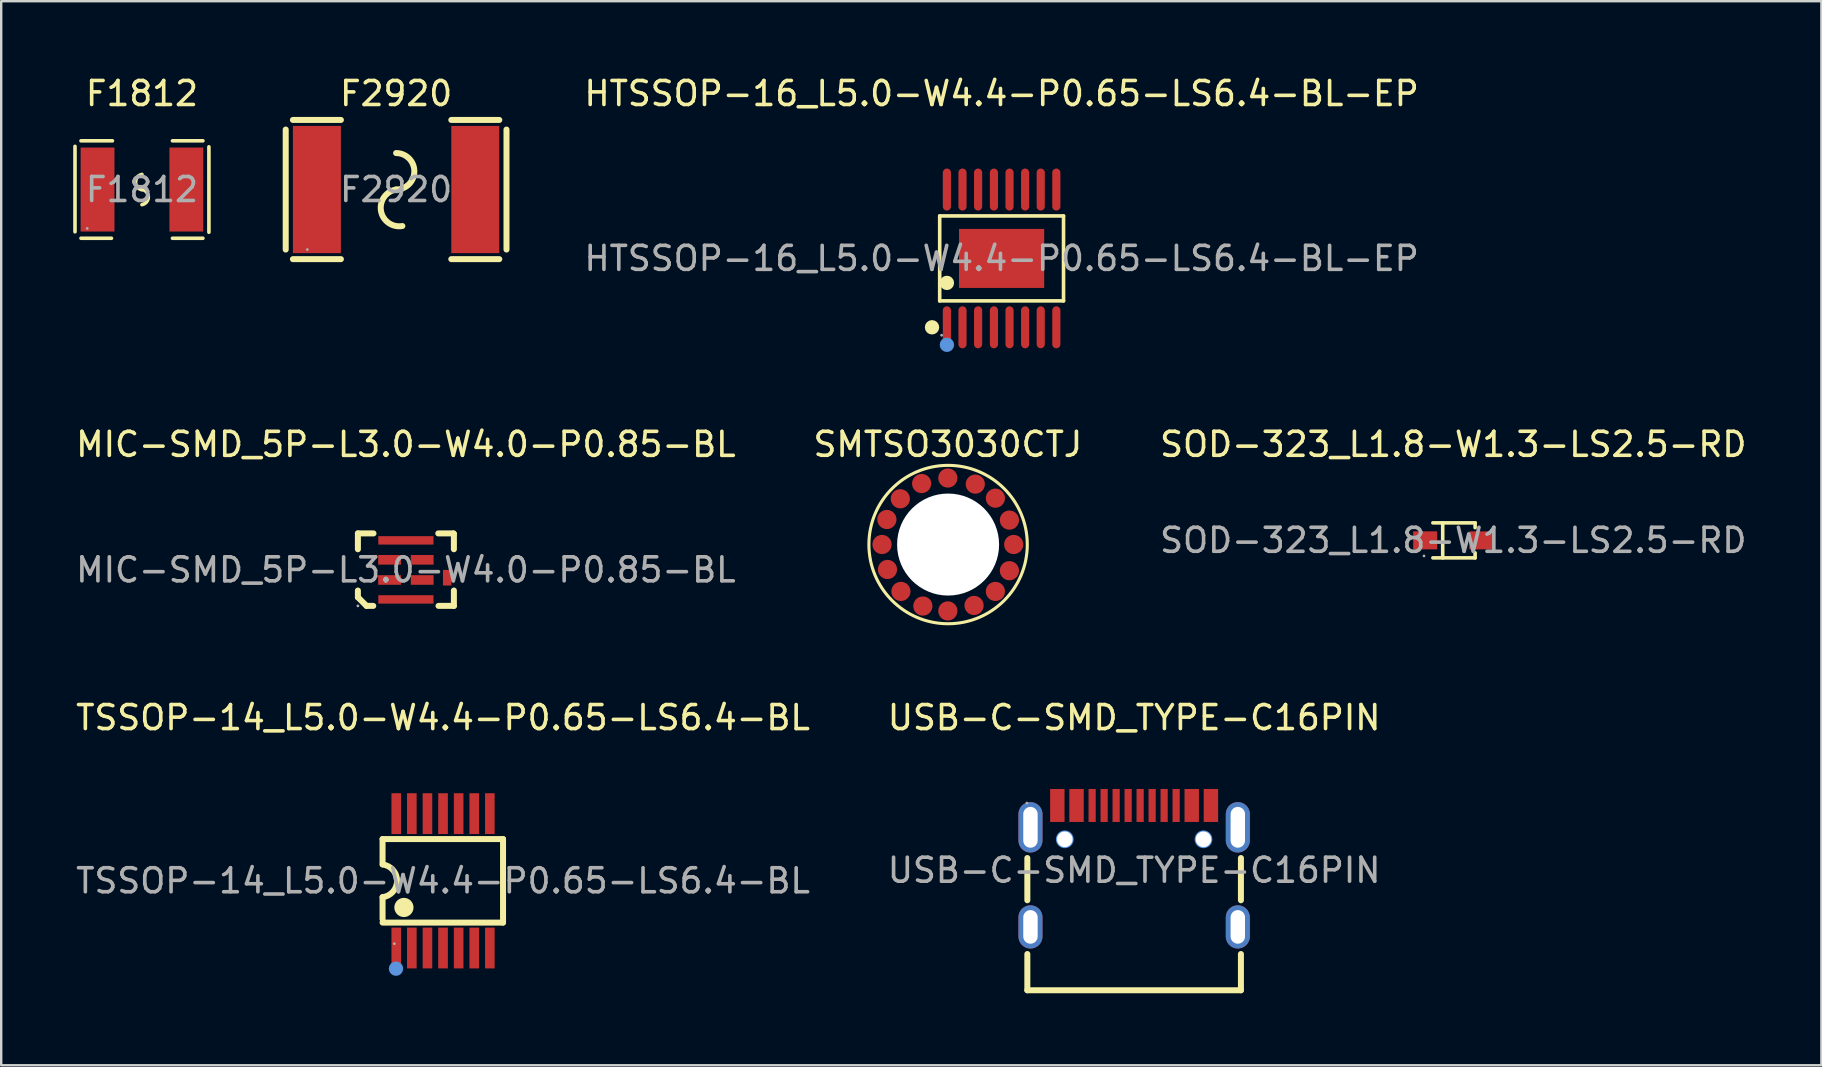
<source format=kicad_pcb>
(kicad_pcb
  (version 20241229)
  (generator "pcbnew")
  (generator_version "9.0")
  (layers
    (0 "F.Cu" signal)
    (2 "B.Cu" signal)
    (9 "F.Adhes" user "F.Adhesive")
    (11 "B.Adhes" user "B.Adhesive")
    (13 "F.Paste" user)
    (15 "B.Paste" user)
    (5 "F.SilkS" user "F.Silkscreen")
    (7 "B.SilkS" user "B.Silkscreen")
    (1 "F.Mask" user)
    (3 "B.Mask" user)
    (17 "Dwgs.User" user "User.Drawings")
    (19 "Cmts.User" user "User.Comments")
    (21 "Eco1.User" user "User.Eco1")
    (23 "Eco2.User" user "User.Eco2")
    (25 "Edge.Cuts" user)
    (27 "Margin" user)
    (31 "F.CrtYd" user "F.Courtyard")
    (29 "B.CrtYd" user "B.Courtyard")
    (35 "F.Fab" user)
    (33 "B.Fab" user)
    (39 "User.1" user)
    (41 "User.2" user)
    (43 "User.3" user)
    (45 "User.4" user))
  (footprint "SMTSO3030CTJ"
    (layer "F.Cu")
    (at 36.446 19.638)
    (property "Reference" "SMTSO3030CTJ" (at 0 -4.172 0) (layer "F.SilkS") (effects (font (size 1 1) (thickness 0.15))))
    (attr smd)
    (fp_circle (center 0.01 0.003) (end 3.31 0.003) (stroke (width 0.128) (type solid)) (fill no) (layer "F.SilkS"))
    (pad "" np_thru_hole circle (at 0.01 0.003) (size 4.25 4.25) (drill 4.25) (layers "*.Cu" "*.Mask"))
    (pad "1" smd circle (at -2.743 0) (size 0.8 0.8) (layers "F.Cu" "F.Mask" "F.Paste"))
    (pad "1" smd circle (at -2.54 -1.041) (size 0.8 0.8) (layers "F.Cu" "F.Mask" "F.Paste"))
    (pad "1" smd circle (at -2.515 1.041) (size 0.8 0.8) (layers "F.Cu" "F.Mask" "F.Paste"))
    (pad "1" smd circle (at -1.981 -1.905) (size 0.8 0.8) (layers "F.Cu" "F.Mask" "F.Paste"))
    (pad "1" smd circle (at -1.956 1.956) (size 0.8 0.8) (layers "F.Cu" "F.Mask" "F.Paste"))
    (pad "1" smd circle (at -1.092 -2.54) (size 0.8 0.8) (layers "F.Cu" "F.Mask" "F.Paste"))
    (pad "1" smd circle (at -1.041 2.565) (size 0.8 0.8) (layers "F.Cu" "F.Mask" "F.Paste"))
    (pad "1" smd circle (at 0 -2.769) (size 0.8 0.8) (layers "F.Cu" "F.Mask" "F.Paste"))
    (pad "1" smd circle (at 0 2.769) (size 0.8 0.8) (layers "F.Cu" "F.Mask" "F.Paste"))
    (pad "1" smd circle (at 1.092 2.54) (size 0.8 0.8) (layers "F.Cu" "F.Mask" "F.Paste"))
    (pad "1" smd circle (at 1.143 -2.515) (size 0.8 0.8) (layers "F.Cu" "F.Mask" "F.Paste"))
    (pad "1" smd circle (at 1.981 -1.93) (size 0.8 0.8) (layers "F.Cu" "F.Mask" "F.Paste"))
    (pad "1" smd circle (at 1.981 1.956) (size 0.8 0.8) (layers "F.Cu" "F.Mask" "F.Paste"))
    (pad "1" smd circle (at 2.565 -1.016) (size 0.8 0.8) (layers "F.Cu" "F.Mask" "F.Paste"))
    (pad "1" smd circle (at 2.565 1.092) (size 0.8 0.8) (layers "F.Cu" "F.Mask" "F.Paste"))
    (pad "1" smd circle (at 2.743 0) (size 0.8 0.8) (layers "F.Cu" "F.Mask" "F.Paste")))
  (footprint "F2920"
    (layer "F.Cu")
    (at 13.455 4.848)
    (property "Reference" "F2920" (at 0 -4 0) (layer "F.SilkS") (effects (font (size 1 1) (thickness 0.15))))
    (attr smd)
    (fp_line (start -4.6 -2.5) (end -4.6 2.5) (stroke (width 0.25) (type solid)) (layer "F.SilkS"))
    (fp_line (start -4.3 -2.9) (end -2.3 -2.9) (stroke (width 0.25) (type solid)) (layer "F.SilkS"))
    (fp_line (start -4.3 2.9) (end -2.3 2.9) (stroke (width 0.25) (type solid)) (layer "F.SilkS"))
    (fp_line (start 2.3 -2.9) (end 4.3 -2.9) (stroke (width 0.25) (type solid)) (layer "F.SilkS"))
    (fp_line (start 2.3 2.9) (end 4.3 2.9) (stroke (width 0.25) (type solid)) (layer "F.SilkS"))
    (fp_line (start 4.6 -2.5) (end 4.6 2.5) (stroke (width 0.25) (type solid)) (layer "F.SilkS"))
    (fp_arc (start 0 -1.52) (mid 0.76 -0.76) (end 0 0) (stroke (width 0.25) (type solid)) (layer "F.SilkS"))
    (fp_arc (start 0.26 1.52) (mid -0.63 0.89) (end 0 0) (stroke (width 0.25) (type solid)) (layer "F.SilkS"))
    (fp_circle (center -3.7 2.5) (end -3.67 2.5) (stroke (width 0.06) (type solid)) (fill no) (layer "F.Fab"))
    (fp_text user "${REFERENCE}" (at 0 0 0) (layer "F.Fab") (effects (font (size 1 1) (thickness 0.15))))
    (pad "1" smd rect (at -3.3 0) (size 2 5.3) (layers "F.Cu" "F.Mask" "F.Paste"))
    (pad "2" smd rect (at 3.3 0) (size 2 5.3) (layers "F.Cu" "F.Mask" "F.Paste")))
  (footprint "TSSOP-14_L5.0-W4.4-P0.65-LS6.4-BL"
    (layer "F.Cu")
    (at 15.411 33.653)
    (property "Reference" "TSSOP-14_L5.0-W4.4-P0.65-LS6.4-BL" (at 0 -6.8 0) (layer "F.SilkS") (effects (font (size 1 1) (thickness 0.15))))
    (attr smd)
    (fp_line (start -2.52 -1.74) (end 2.5 -1.74) (stroke (width 0.25) (type solid)) (layer "F.SilkS"))
    (fp_line (start -2.52 -0.69) (end -2.52 -1.74) (stroke (width 0.25) (type solid)) (layer "F.SilkS"))
    (fp_line (start -2.52 1.6) (end -2.52 0.68) (stroke (width 0.25) (type solid)) (layer "F.SilkS"))
    (fp_line (start -2.52 1.74) (end 2.5 1.74) (stroke (width 0.25) (type solid)) (layer "F.SilkS"))
    (fp_line (start 2.5 -1.74) (end 2.5 1.74) (stroke (width 0.25) (type solid)) (layer "F.SilkS"))
    (fp_arc (start -2.515488 -0.679454) (mid -1.915314 0.002272) (end -2.52 0.68) (stroke (width 0.25) (type solid)) (layer "F.SilkS"))
    (fp_circle (center -1.63 1.11) (end -1.43 1.11) (stroke (width 0.4) (type solid)) (fill no) (layer "F.SilkS"))
    (fp_circle (center -1.96 3.66) (end -1.81 3.66) (stroke (width 0.3) (type solid)) (fill no) (layer "Cmts.User"))
    (fp_circle (center -2.03 2.62) (end -2 2.62) (stroke (width 0.06) (type solid)) (fill no) (layer "F.Fab"))
    (fp_text user "${REFERENCE}" (at 0 0 0) (layer "F.Fab") (effects (font (size 1 1) (thickness 0.15))))
    (pad "1" smd rect (at -1.95 2.8) (size 0.4 1.7) (layers "F.Cu" "F.Mask" "F.Paste"))
    (pad "2" smd rect (at -1.3 2.8) (size 0.4 1.7) (layers "F.Cu" "F.Mask" "F.Paste"))
    (pad "3" smd rect (at -0.65 2.8) (size 0.4 1.7) (layers "F.Cu" "F.Mask" "F.Paste"))
    (pad "4" smd rect (at 0 2.8) (size 0.4 1.7) (layers "F.Cu" "F.Mask" "F.Paste"))
    (pad "5" smd rect (at 0.65 2.8) (size 0.4 1.7) (layers "F.Cu" "F.Mask" "F.Paste"))
    (pad "6" smd rect (at 1.3 2.8) (size 0.4 1.7) (layers "F.Cu" "F.Mask" "F.Paste"))
    (pad "7" smd rect (at 1.95 2.8) (size 0.4 1.7) (layers "F.Cu" "F.Mask" "F.Paste"))
    (pad "8" smd rect (at 1.95 -2.8) (size 0.4 1.7) (layers "F.Cu" "F.Mask" "F.Paste"))
    (pad "9" smd rect (at 1.3 -2.8) (size 0.4 1.7) (layers "F.Cu" "F.Mask" "F.Paste"))
    (pad "10" smd rect (at 0.65 -2.8) (size 0.4 1.7) (layers "F.Cu" "F.Mask" "F.Paste"))
    (pad "11" smd rect (at 0 -2.8) (size 0.4 1.7) (layers "F.Cu" "F.Mask" "F.Paste"))
    (pad "12" smd rect (at -0.65 -2.8) (size 0.4 1.7) (layers "F.Cu" "F.Mask" "F.Paste"))
    (pad "13" smd rect (at -1.3 -2.8) (size 0.4 1.7) (layers "F.Cu" "F.Mask" "F.Paste"))
    (pad "14" smd rect (at -1.95 -2.8) (size 0.4 1.7) (layers "F.Cu" "F.Mask" "F.Paste")))
  (footprint "USB-C-SMD_TYPE-C16PIN"
    (layer "F.Cu")
    (at 44.208 33.213)
    (property "Reference" "USB-C-SMD_TYPE-C16PIN" (at 0 -6.36 0) (layer "F.SilkS") (effects (font (size 1 1) (thickness 0.15))))
    (attr smd)
    (fp_line (start -4.45 -0.51) (end -4.45 1.25) (stroke (width 0.25) (type solid)) (layer "F.SilkS"))
    (fp_line (start -4.45 3.49) (end -4.45 5) (stroke (width 0.25) (type solid)) (layer "F.SilkS"))
    (fp_line (start -4.45 5) (end 4.45 5) (stroke (width 0.25) (type solid)) (layer "F.SilkS"))
    (fp_line (start 4.45 1.25) (end 4.45 -0.51) (stroke (width 0.25) (type solid)) (layer "F.SilkS"))
    (fp_line (start 4.45 5) (end 4.45 3.49) (stroke (width 0.25) (type solid)) (layer "F.SilkS"))
    (fp_circle (center -2.89 -1.29) (end -2.77 -1.29) (stroke (width 0.25) (type solid)) (fill no) (layer "Cmts.User"))
    (fp_circle (center 2.89 -1.29) (end 3.01 -1.29) (stroke (width 0.25) (type solid)) (fill no) (layer "Cmts.User"))
    (fp_circle (center -4.47 -2.8) (end -4.44 -2.8) (stroke (width 0.06) (type solid)) (fill no) (layer "F.Fab"))
    (fp_text user "${REFERENCE}" (at 0 0 0) (layer "F.Fab") (effects (font (size 1 1) (thickness 0.15))))
    (pad "" np_thru_hole circle (at -2.89 -1.29) (size 0.65 0.65) (drill 0.65) (layers "*.Cu" "*.Mask"))
    (pad "" np_thru_hole circle (at 2.89 -1.29) (size 0.65 0.65) (drill 0.65) (layers "*.Cu" "*.Mask"))
    (pad "1" thru_hole oval (at -4.32 -1.79) (size 1 2.1) (drill oval 0.6 1.7) (layers "*.Cu" "*.Mask"))
    (pad "2" thru_hole oval (at 4.32 -1.79) (size 1 2.1) (drill oval 0.6 1.7) (layers "*.Cu" "*.Mask"))
    (pad "3" thru_hole oval (at -4.32 2.36) (size 1 1.8) (drill oval 0.6 1.4) (layers "*.Cu" "*.Mask"))
    (pad "4" thru_hole oval (at 4.32 2.36) (size 1 1.8) (drill oval 0.6 1.4) (layers "*.Cu" "*.Mask"))
    (pad "A1B12" smd rect (at -3.2 -2.7) (size 0.6 1.375) (layers "F.Cu" "F.Mask" "F.Paste"))
    (pad "A4B9" smd rect (at -2.4 -2.7) (size 0.6 1.375) (layers "F.Cu" "F.Mask" "F.Paste"))
    (pad "A5" smd rect (at -1.25 -2.7) (size 0.3 1.375) (layers "F.Cu" "F.Mask" "F.Paste"))
    (pad "A6" smd rect (at -0.25 -2.7) (size 0.3 1.375) (layers "F.Cu" "F.Mask" "F.Paste"))
    (pad "A7" smd rect (at 0.25 -2.7) (size 0.3 1.375) (layers "F.Cu" "F.Mask" "F.Paste"))
    (pad "A8" smd rect (at 1.25 -2.7) (size 0.3 1.375) (layers "F.Cu" "F.Mask" "F.Paste"))
    (pad "B1A12" smd rect (at 3.2 -2.7) (size 0.6 1.375) (layers "F.Cu" "F.Mask" "F.Paste"))
    (pad "B4A9" smd rect (at 2.4 -2.7) (size 0.6 1.375) (layers "F.Cu" "F.Mask" "F.Paste"))
    (pad "B5" smd rect (at 1.75 -2.7) (size 0.3 1.375) (layers "F.Cu" "F.Mask" "F.Paste"))
    (pad "B6" smd rect (at 0.75 -2.7) (size 0.3 1.375) (layers "F.Cu" "F.Mask" "F.Paste"))
    (pad "B7" smd rect (at -0.75 -2.7) (size 0.3 1.375) (layers "F.Cu" "F.Mask" "F.Paste"))
    (pad "B8" smd rect (at -1.75 -2.7) (size 0.3 1.375) (layers "F.Cu" "F.Mask" "F.Paste")))
  (footprint "HTSSOP-16_L5.0-W4.4-P0.65-LS6.4-BL-EP"
    (layer "F.Cu")
    (at 38.686 7.718)
    (property "Reference" "HTSSOP-16_L5.0-W4.4-P0.65-LS6.4-BL-EP" (at 0 -6.87 0) (layer "F.SilkS") (effects (font (size 1 1) (thickness 0.15))))
    (attr smd)
    (fp_line (start -2.58 -1.77) (end 2.58 -1.77) (stroke (width 0.15) (type solid)) (layer "F.SilkS"))
    (fp_line (start -2.58 1.77) (end -2.58 -1.77) (stroke (width 0.15) (type solid)) (layer "F.SilkS"))
    (fp_line (start 2.58 -1.77) (end 2.58 1.77) (stroke (width 0.15) (type solid)) (layer "F.SilkS"))
    (fp_line (start 2.58 1.77) (end -2.58 1.77) (stroke (width 0.15) (type solid)) (layer "F.SilkS"))
    (fp_circle (center -2.9 2.87) (end -2.75 2.87) (stroke (width 0.3) (type solid)) (fill no) (layer "F.SilkS"))
    (fp_circle (center -2.28 1.02) (end -2.13 1.02) (stroke (width 0.3) (type solid)) (fill no) (layer "F.SilkS"))
    (fp_circle (center -2.28 3.6) (end -2.13 3.6) (stroke (width 0.3) (type solid)) (fill no) (layer "Cmts.User"))
    (fp_circle (center -2.5 3.2) (end -2.47 3.2) (stroke (width 0.06) (type solid)) (fill no) (layer "F.Fab"))
    (fp_text user "${REFERENCE}" (at 0 0 0) (layer "F.Fab") (effects (font (size 1 1) (thickness 0.15))))
    (pad "1" smd oval (at -2.28 2.87) (size 0.34 1.75) (layers "F.Cu" "F.Mask" "F.Paste"))
    (pad "2" smd oval (at -1.63 2.87) (size 0.34 1.75) (layers "F.Cu" "F.Mask" "F.Paste"))
    (pad "3" smd oval (at -0.98 2.87) (size 0.34 1.75) (layers "F.Cu" "F.Mask" "F.Paste"))
    (pad "4" smd oval (at -0.32 2.87) (size 0.34 1.75) (layers "F.Cu" "F.Mask" "F.Paste"))
    (pad "5" smd oval (at 0.33 2.87) (size 0.34 1.75) (layers "F.Cu" "F.Mask" "F.Paste"))
    (pad "6" smd oval (at 0.98 2.87) (size 0.34 1.75) (layers "F.Cu" "F.Mask" "F.Paste"))
    (pad "7" smd oval (at 1.63 2.87) (size 0.34 1.75) (layers "F.Cu" "F.Mask" "F.Paste"))
    (pad "8" smd oval (at 2.28 2.87) (size 0.34 1.75) (layers "F.Cu" "F.Mask" "F.Paste"))
    (pad "9" smd oval (at 2.28 -2.87) (size 0.34 1.75) (layers "F.Cu" "F.Mask" "F.Paste"))
    (pad "10" smd oval (at 1.63 -2.87) (size 0.34 1.75) (layers "F.Cu" "F.Mask" "F.Paste"))
    (pad "11" smd oval (at 0.98 -2.87) (size 0.34 1.75) (layers "F.Cu" "F.Mask" "F.Paste"))
    (pad "12" smd oval (at 0.33 -2.87) (size 0.34 1.75) (layers "F.Cu" "F.Mask" "F.Paste"))
    (pad "13" smd oval (at -0.32 -2.87) (size 0.34 1.75) (layers "F.Cu" "F.Mask" "F.Paste"))
    (pad "14" smd oval (at -0.98 -2.87) (size 0.34 1.75) (layers "F.Cu" "F.Mask" "F.Paste"))
    (pad "15" smd oval (at -1.63 -2.87) (size 0.34 1.75) (layers "F.Cu" "F.Mask" "F.Paste"))
    (pad "16" smd oval (at -2.28 -2.87) (size 0.34 1.75) (layers "F.Cu" "F.Mask" "F.Paste"))
    (pad "17" smd rect (at 0 0) (size 3.55 2.46) (layers "F.Cu" "F.Mask" "F.Paste")))
  (footprint "F1812"
    (layer "F.Cu")
    (at 2.865 4.848)
    (property "Reference" "F1812" (at 0 -4 0) (layer "F.SilkS") (effects (font (size 1 1) (thickness 0.15))))
    (attr through_hole)
    (fp_line (start -2.79 -1.8) (end -2.79 1.76) (stroke (width 0.15) (type solid)) (layer "F.SilkS"))
    (fp_line (start -2.54 -2.03) (end -1.23 -2.03) (stroke (width 0.15) (type solid)) (layer "F.SilkS"))
    (fp_line (start -1.27 2.03) (end -2.54 2.03) (stroke (width 0.15) (type solid)) (layer "F.SilkS"))
    (fp_line (start 1.27 2.03) (end 2.54 2.03) (stroke (width 0.15) (type solid)) (layer "F.SilkS"))
    (fp_line (start 2.54 -2.03) (end 1.27 -2.03) (stroke (width 0.15) (type solid)) (layer "F.SilkS"))
    (fp_line (start 2.79 -1.78) (end 2.79 1.78) (stroke (width 0.15) (type solid)) (layer "F.SilkS"))
    (fp_arc (start -0.005366 -0.01096) (mid 0.265565 0.307274) (end 0 0.63) (stroke (width 0.15) (type solid)) (layer "F.SilkS"))
    (fp_arc (start 0.005366 0.01096) (mid -0.265565 -0.307274) (end 0 -0.63) (stroke (width 0.15) (type solid)) (layer "F.SilkS"))
    (fp_circle (center -2.28 1.62) (end -2.25 1.62) (stroke (width 0.06) (type solid)) (fill no) (layer "F.Fab"))
    (fp_text user "${REFERENCE}" (at 0 0 0) (layer "F.Fab") (effects (font (size 1 1) (thickness 0.15))))
    (pad "1" smd rect (at -1.85 0) (size 1.41 3.5) (layers "F.Cu" "F.Mask" "F.Paste"))
    (pad "2" smd rect (at 1.85 0) (size 1.41 3.5) (layers "F.Cu" "F.Mask" "F.Paste")))
  (footprint "MIC-SMD_5P-L3.0-W4.0-P0.85-BL"
    (layer "F.Cu")
    (at 13.863 20.697)
    (property "Reference" "MIC-SMD_5P-L3.0-W4.0-P0.85-BL" (at 0 -5.23 0) (layer "F.SilkS") (effects (font (size 1 1) (thickness 0.15))))
    (attr smd)
    (fp_line (start -2 -1.52) (end -2 -0.86) (stroke (width 0.25) (type solid)) (layer "F.SilkS"))
    (fp_line (start -2 -1.52) (end -1.35 -1.52) (stroke (width 0.25) (type solid)) (layer "F.SilkS"))
    (fp_line (start -2 0.86) (end -2 1.14) (stroke (width 0.25) (type solid)) (layer "F.SilkS"))
    (fp_line (start -2 1.14) (end -1.64 1.5) (stroke (width 0.25) (type solid)) (layer "F.SilkS"))
    (fp_line (start -1.64 1.5) (end -1.36 1.5) (stroke (width 0.25) (type solid)) (layer "F.SilkS"))
    (fp_line (start 1.35 -1.52) (end 1.98 -1.52) (stroke (width 0.25) (type solid)) (layer "F.SilkS"))
    (fp_line (start 1.36 1.5) (end 2 1.5) (stroke (width 0.25) (type solid)) (layer "F.SilkS"))
    (fp_line (start 1.98 -1.52) (end 2 -1.5) (stroke (width 0.25) (type solid)) (layer "F.SilkS"))
    (fp_line (start 2 -1.5) (end 2 -0.86) (stroke (width 0.25) (type solid)) (layer "F.SilkS"))
    (fp_line (start 2 0.86) (end 2 1.5) (stroke (width 0.25) (type solid)) (layer "F.SilkS"))
    (fp_circle (center -2 1.5) (end -1.97 1.5) (stroke (width 0.06) (type solid)) (fill no) (layer "F.Fab"))
    (fp_text user "${REFERENCE}" (at 0 0 0) (layer "F.Fab") (effects (font (size 1 1) (thickness 0.15))))
    (pad "1" smd rect (at -0.68 0.42 90) (size 0.4 0.95) (layers "F.Cu" "F.Mask" "F.Paste"))
    (pad "2" smd rect (at 0.68 0.42 90) (size 0.4 0.95) (layers "F.Cu" "F.Mask" "F.Paste"))
    (pad "3" smd rect (at 0.68 -0.42 90) (size 0.4 0.95) (layers "F.Cu" "F.Mask" "F.Paste"))
    (pad "4" smd rect (at -0.68 -0.42 90) (size 0.4 0.95) (layers "F.Cu" "F.Mask" "F.Paste"))
    (pad "5" smd rect (at 0 -1.23 270) (size 0.35 2.3) (layers "F.Cu" "F.Mask" "F.Paste"))
    (pad "5" smd rect (at 0 1.23 270) (size 0.35 2.3) (layers "F.Cu" "F.Mask" "F.Paste"))
    (pad "5" smd rect (at 1.72 0.325 180) (size 0.35 0.65) (layers "F.Cu" "F.Mask" "F.Paste")))
  (footprint "SOD-323_L1.8-W1.3-LS2.5-RD"
    (layer "F.Cu")
    (at 57.506 19.466)
    (property "Reference" "SOD-323_L1.8-W1.3-LS2.5-RD" (at 0 -4 0) (layer "F.SilkS") (effects (font (size 1 1) (thickness 0.15))))
    (attr through_hole)
    (fp_line (start -0.85 -0.73) (end 0.91 -0.73) (stroke (width 0.15) (type solid)) (layer "F.SilkS"))
    (fp_line (start -0.85 0.73) (end 0.91 0.73) (stroke (width 0.15) (type solid)) (layer "F.SilkS"))
    (fp_line (start -0.44 -0.73) (end -0.44 0.73) (stroke (width 0.15) (type solid)) (layer "F.SilkS"))
    (fp_line (start 0.91 -0.73) (end 0.91 -0.53) (stroke (width 0.15) (type solid)) (layer "F.SilkS"))
    (fp_line (start 0.91 0.73) (end 0.91 0.52) (stroke (width 0.15) (type solid)) (layer "F.SilkS"))
    (fp_circle (center -1.22 0.65) (end -1.19 0.65) (stroke (width 0.06) (type solid)) (fill no) (layer "F.Fab"))
    (fp_text user "${REFERENCE}" (at 0 0 0) (layer "F.Fab") (effects (font (size 1 1) (thickness 0.15))))
    (pad "1" smd rect (at -1.17 0) (size 1 0.75) (layers "F.Cu" "F.Mask" "F.Paste"))
    (pad "2" smd rect (at 1.17 0) (size 1 0.75) (layers "F.Cu" "F.Mask" "F.Paste")))
  (gr_rect
    (start -3 -3)
    (end 72.845 41.338)
    (stroke (width 0.1) (type default))
    (fill no)
    (layer "Edge.Cuts")))
</source>
